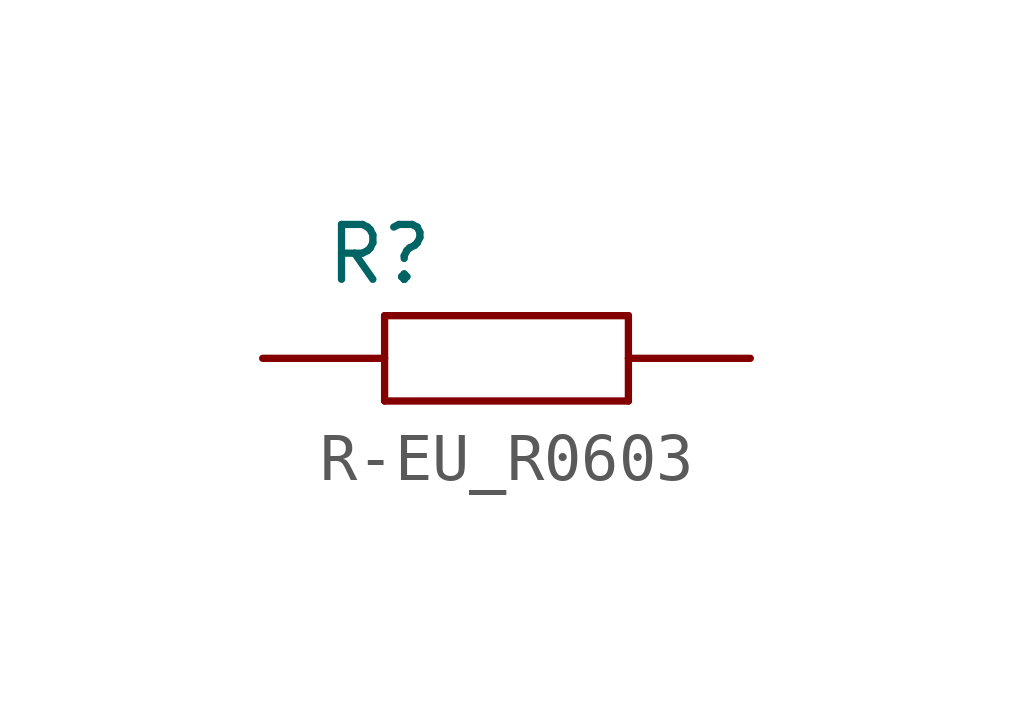
<source format=kicad_sym>
(kicad_symbol_lib
  (version 20231120)
  (generator "kicad_symbol_editor")
  (generator_version "8.0")
  (symbol "R-EU_R0603"
    (pin_numbers hide)
    (pin_names
      (offset 1.016) hide)
    (property "Reference" "R"
      (at -3.81 1.499 0)
      (effects (font (size 1.143 1.143)) (justify left bottom)))
    (symbol "R-EU_R0603_1_0"
      (polyline (pts (xy -2.54 -0.889) (xy -2.54 0.889)) (stroke (width 0) (type default)) (fill (type none)))
      (polyline (pts (xy -2.54 -0.889) (xy 2.54 -0.889)) (stroke (width 0) (type default)) (fill (type none)))
      (polyline (pts (xy 2.54 -0.889) (xy 2.54 0.889)) (stroke (width 0) (type default)) (fill (type none)))
      (polyline (pts (xy 2.54 0.889) (xy -2.54 0.889)) (stroke (width 0) (type default)) (fill (type none))))
    (symbol "R-EU_R0603_1_1"
      (pin passive line (at -5.08 0 0) (length 2.54) (name "1" (effects (font (size 1.016 1.016)))) (number "1" (effects (font (size 1.016 1.016)))))
      (pin passive line (at 5.08 0 180) (length 2.54) (name "2" (effects (font (size 1.016 1.016)))) (number "2" (effects (font (size 1.016 1.016))))))))
</source>
